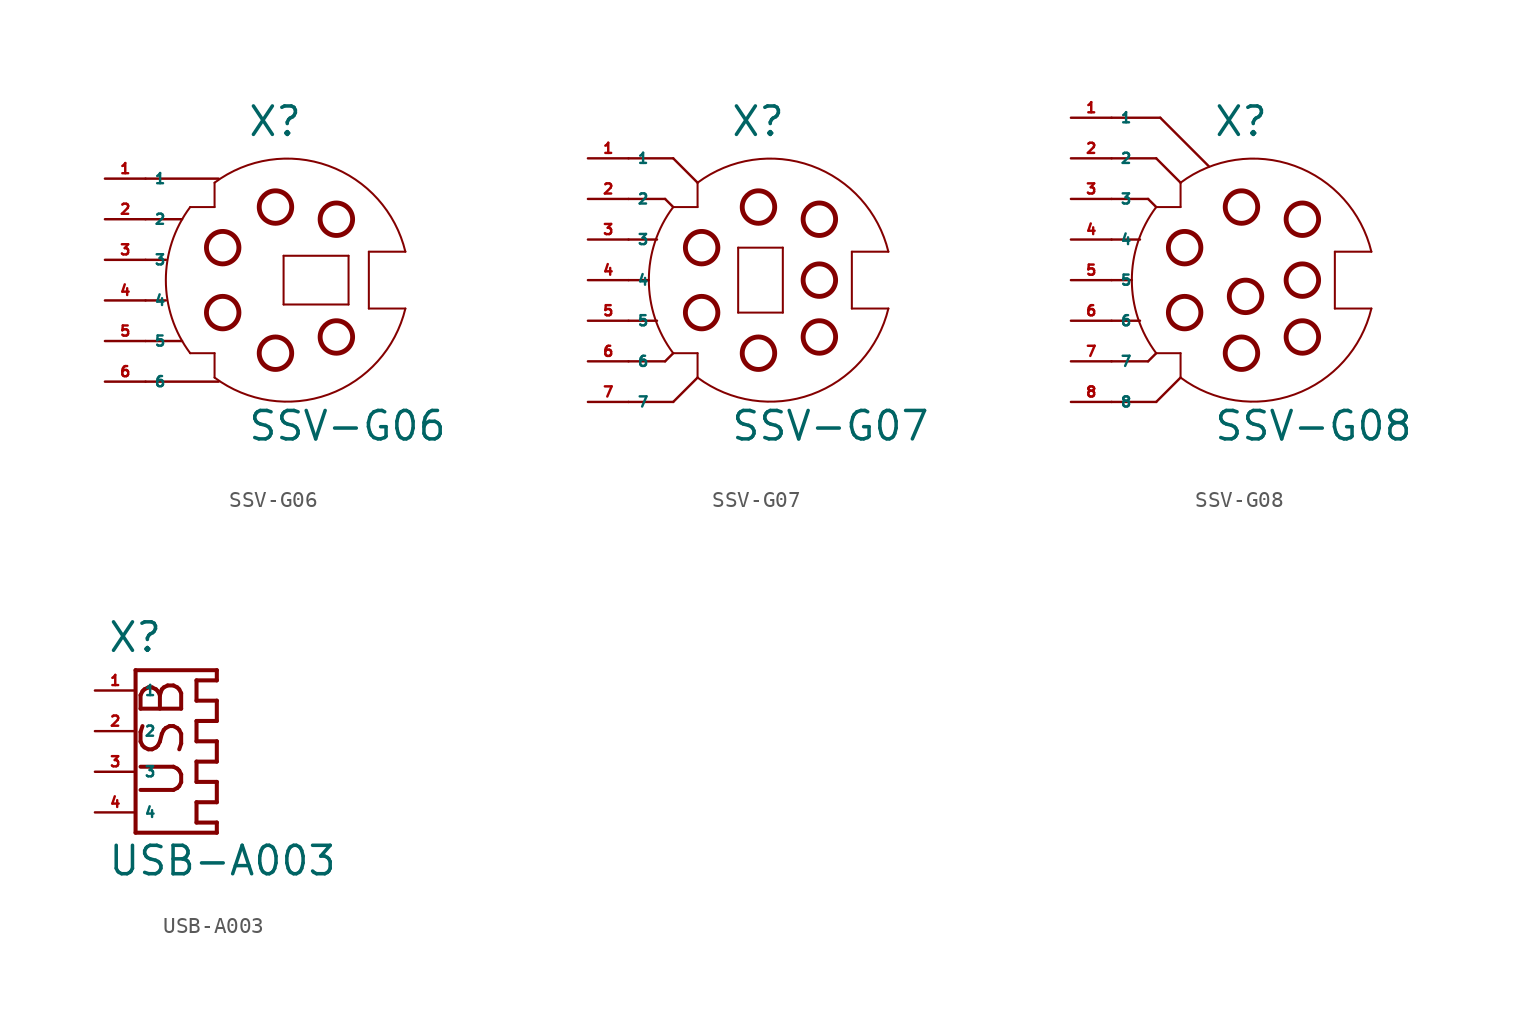
<source format=kicad_sym>
(kicad_symbol_lib
  (version 20220914)
  (generator Eagle2Kicad)
  (symbol "SSV-G06"
    (property "Reference" "X"
      (at -1.27 10.16 0)
      (effects (font (size 1.778 1.778) (thickness 0.22)) (justify left bottom)))
    (property "Value" "SSV-G06"
      (at -1.27 -8.89 0)
      (effects (font (size 1.778 1.778) (thickness 0.22)) (justify left bottom)))
    (polyline
      (pts (xy 6.35 -0.508) (xy 6.35 3.048))
      (stroke (width 0.127) (type default))
      (fill (type none)))
    (polyline
      (pts (xy 6.35 3.048) (xy 8.636 3.048))
      (stroke (width 0.127) (type default))
      (fill (type none)))
    (polyline
      (pts (xy -3.302 7.366) (xy -3.302 5.842))
      (stroke (width 0.127) (type default))
      (fill (type none)))
    (polyline
      (pts (xy -3.302 5.842) (xy -4.826 5.842))
      (stroke (width 0.127) (type default))
      (fill (type none)))
    (polyline
      (pts (xy -4.826 -3.302) (xy -3.302 -3.302))
      (stroke (width 0.127) (type default))
      (fill (type none)))
    (polyline
      (pts (xy -3.302 -3.302) (xy -3.302 -4.826))
      (stroke (width 0.127) (type default))
      (fill (type none)))
    (arc
      (start -4.826 5.842)
      (mid -6.350 1.270)
      (end -4.826 -3.302)
      (stroke (width 0.127) (type default))
      (fill (type none)))
    (arc
      (start 8.6357 3.048)
      (mid 3.829 8.420)
      (end -3.302 7.366)
      (stroke (width 0.127) (type default))
      (fill (type none)))
    (polyline
      (pts (xy 1.016 -0.254) (xy 1.016 2.794))
      (stroke (width 0.127) (type default))
      (fill (type none)))
    (polyline
      (pts (xy 1.016 2.794) (xy 5.08 2.794))
      (stroke (width 0.127) (type default))
      (fill (type none)))
    (polyline
      (pts (xy 5.08 2.794) (xy 5.08 -0.254))
      (stroke (width 0.127) (type default))
      (fill (type none)))
    (polyline
      (pts (xy 5.08 -0.254) (xy 1.016 -0.254))
      (stroke (width 0.127) (type default))
      (fill (type none)))
    (polyline
      (pts (xy -7.62 0) (xy -6.35 0))
      (stroke (width 0.152) (type default))
      (fill (type none)))
    (polyline
      (pts (xy -7.62 2.54) (xy -6.35 2.54))
      (stroke (width 0.152) (type default))
      (fill (type none)))
    (polyline
      (pts (xy -7.62 -2.54) (xy -5.334 -2.54))
      (stroke (width 0.152) (type default))
      (fill (type none)))
    (polyline
      (pts (xy -7.62 5.08) (xy -5.334 5.08))
      (stroke (width 0.152) (type default))
      (fill (type none)))
    (polyline
      (pts (xy -7.62 -5.08) (xy -3.048 -5.08))
      (stroke (width 0.152) (type default))
      (fill (type none)))
    (polyline
      (pts (xy -7.62 7.62) (xy -3.048 7.62))
      (stroke (width 0.152) (type default))
      (fill (type none)))
    (polyline
      (pts (xy 6.35 -0.508) (xy 8.636 -0.508))
      (stroke (width 0.127) (type default))
      (fill (type none)))
    (arc
      (start -3.302 -4.826)
      (mid 3.829 -5.880)
      (end 8.6357 -0.508)
      (stroke (width 0.127) (type default))
      (fill (type none)))
    (circle
      (center 0.508 5.842)
      (radius 1.016)
      (stroke (width 0.305) (type default))
      (fill (type none)))
    (circle
      (center 4.318 5.08)
      (radius 1.016)
      (stroke (width 0.305) (type default))
      (fill (type none)))
    (circle
      (center 0.508 -3.302)
      (radius 1.016)
      (stroke (width 0.305) (type default))
      (fill (type none)))
    (circle
      (center 4.318 -2.286)
      (radius 1.016)
      (stroke (width 0.305) (type default))
      (fill (type none)))
    (circle
      (center -2.794 3.302)
      (radius 1.016)
      (stroke (width 0.305) (type default))
      (fill (type none)))
    (circle
      (center -2.794 -0.762)
      (radius 1.016)
      (stroke (width 0.305) (type default))
      (fill (type none)))
    (pin passive line
      (at -10.16 7.62 0)
      (length 2.54)
      (name "1" (effects (font (size 0.635 0.635) (thickness 0.08)) (justify left bottom)))
      (number "1" (effects (font (size 0.635 0.635) (thickness 0.08)) (justify left bottom))))
    (pin passive line
      (at -10.16 5.08 0)
      (length 2.54)
      (name "2" (effects (font (size 0.635 0.635) (thickness 0.08)) (justify left bottom)))
      (number "2" (effects (font (size 0.635 0.635) (thickness 0.08)) (justify left bottom))))
    (pin passive line
      (at -10.16 2.54 0)
      (length 2.54)
      (name "3" (effects (font (size 0.635 0.635) (thickness 0.08)) (justify left bottom)))
      (number "3" (effects (font (size 0.635 0.635) (thickness 0.08)) (justify left bottom))))
    (pin passive line
      (at -10.16 0 0)
      (length 2.54)
      (name "4" (effects (font (size 0.635 0.635) (thickness 0.08)) (justify left bottom)))
      (number "4" (effects (font (size 0.635 0.635) (thickness 0.08)) (justify left bottom))))
    (pin passive line
      (at -10.16 -2.54 0)
      (length 2.54)
      (name "5" (effects (font (size 0.635 0.635) (thickness 0.08)) (justify left bottom)))
      (number "5" (effects (font (size 0.635 0.635) (thickness 0.08)) (justify left bottom))))
    (pin passive line
      (at -10.16 -5.08 0)
      (length 2.54)
      (name "6" (effects (font (size 0.635 0.635) (thickness 0.08)) (justify left bottom)))
      (number "6" (effects (font (size 0.635 0.635) (thickness 0.08)) (justify left bottom)))))
  (symbol "SSV-G07"
    (property "Reference" "X"
      (at -1.27 8.89 0)
      (effects (font (size 1.778 1.778) (thickness 0.22)) (justify left bottom)))
    (property "Value" "SSV-G07"
      (at -1.27 -10.16 0)
      (effects (font (size 1.778 1.778) (thickness 0.22)) (justify left bottom)))
    (polyline
      (pts (xy 6.35 -1.778) (xy 6.35 1.778))
      (stroke (width 0.127) (type default))
      (fill (type none)))
    (polyline
      (pts (xy 6.35 1.778) (xy 8.636 1.778))
      (stroke (width 0.127) (type default))
      (fill (type none)))
    (polyline
      (pts (xy -3.302 6.096) (xy -3.302 4.572))
      (stroke (width 0.127) (type default))
      (fill (type none)))
    (polyline
      (pts (xy -3.302 4.572) (xy -4.826 4.572))
      (stroke (width 0.127) (type default))
      (fill (type none)))
    (polyline
      (pts (xy -4.826 -4.572) (xy -3.302 -4.572))
      (stroke (width 0.127) (type default))
      (fill (type none)))
    (polyline
      (pts (xy -3.302 -4.572) (xy -3.302 -6.096))
      (stroke (width 0.127) (type default))
      (fill (type none)))
    (arc
      (start -4.826 4.572)
      (mid -6.350 0.000)
      (end -4.826 -4.572)
      (stroke (width 0.127) (type default))
      (fill (type none)))
    (arc
      (start 8.6357 1.778)
      (mid 3.829 7.150)
      (end -3.302 6.096)
      (stroke (width 0.127) (type default))
      (fill (type none)))
    (polyline
      (pts (xy 2.032 -2.032) (xy -0.762 -2.032))
      (stroke (width 0.127) (type default))
      (fill (type none)))
    (polyline
      (pts (xy -0.762 -2.032) (xy -0.762 2.032))
      (stroke (width 0.127) (type default))
      (fill (type none)))
    (polyline
      (pts (xy -0.762 2.032) (xy 2.032 2.032))
      (stroke (width 0.127) (type default))
      (fill (type none)))
    (polyline
      (pts (xy 2.032 2.032) (xy 2.032 -2.032))
      (stroke (width 0.127) (type default))
      (fill (type none)))
    (polyline
      (pts (xy -7.62 0) (xy -6.35 0))
      (stroke (width 0.152) (type default))
      (fill (type none)))
    (polyline
      (pts (xy -7.62 2.54) (xy -5.842 2.54))
      (stroke (width 0.152) (type default))
      (fill (type none)))
    (polyline
      (pts (xy -7.62 -2.54) (xy -5.842 -2.54))
      (stroke (width 0.152) (type default))
      (fill (type none)))
    (polyline
      (pts (xy -7.62 5.08) (xy -5.334 5.08))
      (stroke (width 0.152) (type default))
      (fill (type none)))
    (polyline
      (pts (xy -5.334 5.08) (xy -4.826 4.572))
      (stroke (width 0.152) (type default))
      (fill (type none)))
    (polyline
      (pts (xy -7.62 -5.08) (xy -5.334 -5.08))
      (stroke (width 0.152) (type default))
      (fill (type none)))
    (polyline
      (pts (xy -5.334 -5.08) (xy -4.826 -4.572))
      (stroke (width 0.152) (type default))
      (fill (type none)))
    (polyline
      (pts (xy -7.62 -7.62) (xy -4.826 -7.62))
      (stroke (width 0.152) (type default))
      (fill (type none)))
    (polyline
      (pts (xy -4.826 -7.62) (xy -3.302 -6.096))
      (stroke (width 0.152) (type default))
      (fill (type none)))
    (polyline
      (pts (xy -7.62 7.62) (xy -4.826 7.62))
      (stroke (width 0.152) (type default))
      (fill (type none)))
    (polyline
      (pts (xy -4.826 7.62) (xy -3.302 6.096))
      (stroke (width 0.152) (type default))
      (fill (type none)))
    (polyline
      (pts (xy 6.35 -1.778) (xy 8.636 -1.778))
      (stroke (width 0.127) (type default))
      (fill (type none)))
    (arc
      (start -3.302 -6.096)
      (mid 3.829 -7.150)
      (end 8.6357 -1.778)
      (stroke (width 0.127) (type default))
      (fill (type none)))
    (circle
      (center 0.508 4.572)
      (radius 1.016)
      (stroke (width 0.305) (type default))
      (fill (type none)))
    (circle
      (center 4.318 3.81)
      (radius 1.016)
      (stroke (width 0.305) (type default))
      (fill (type none)))
    (circle
      (center 0.508 -4.572)
      (radius 1.016)
      (stroke (width 0.305) (type default))
      (fill (type none)))
    (circle
      (center 4.318 -3.556)
      (radius 1.016)
      (stroke (width 0.305) (type default))
      (fill (type none)))
    (circle
      (center -3.048 2.032)
      (radius 1.016)
      (stroke (width 0.305) (type default))
      (fill (type none)))
    (circle
      (center -3.048 -2.032)
      (radius 1.016)
      (stroke (width 0.305) (type default))
      (fill (type none)))
    (circle
      (center 4.318 0)
      (radius 1.016)
      (stroke (width 0.305) (type default))
      (fill (type none)))
    (pin passive line
      (at -10.16 7.62 0)
      (length 2.54)
      (name "1" (effects (font (size 0.635 0.635) (thickness 0.08)) (justify left bottom)))
      (number "1" (effects (font (size 0.635 0.635) (thickness 0.08)) (justify left bottom))))
    (pin passive line
      (at -10.16 5.08 0)
      (length 2.54)
      (name "2" (effects (font (size 0.635 0.635) (thickness 0.08)) (justify left bottom)))
      (number "2" (effects (font (size 0.635 0.635) (thickness 0.08)) (justify left bottom))))
    (pin passive line
      (at -10.16 2.54 0)
      (length 2.54)
      (name "3" (effects (font (size 0.635 0.635) (thickness 0.08)) (justify left bottom)))
      (number "3" (effects (font (size 0.635 0.635) (thickness 0.08)) (justify left bottom))))
    (pin passive line
      (at -10.16 0 0)
      (length 2.54)
      (name "4" (effects (font (size 0.635 0.635) (thickness 0.08)) (justify left bottom)))
      (number "4" (effects (font (size 0.635 0.635) (thickness 0.08)) (justify left bottom))))
    (pin passive line
      (at -10.16 -2.54 0)
      (length 2.54)
      (name "5" (effects (font (size 0.635 0.635) (thickness 0.08)) (justify left bottom)))
      (number "5" (effects (font (size 0.635 0.635) (thickness 0.08)) (justify left bottom))))
    (pin passive line
      (at -10.16 -5.08 0)
      (length 2.54)
      (name "6" (effects (font (size 0.635 0.635) (thickness 0.08)) (justify left bottom)))
      (number "6" (effects (font (size 0.635 0.635) (thickness 0.08)) (justify left bottom))))
    (pin passive line
      (at -10.16 -7.62 0)
      (length 2.54)
      (name "7" (effects (font (size 0.635 0.635) (thickness 0.08)) (justify left bottom)))
      (number "7" (effects (font (size 0.635 0.635) (thickness 0.08)) (justify left bottom)))))
  (symbol "SSV-G08"
    (property "Reference" "X"
      (at -1.27 8.89 0)
      (effects (font (size 1.778 1.778) (thickness 0.22)) (justify left bottom)))
    (property "Value" "SSV-G08"
      (at -1.27 -10.16 0)
      (effects (font (size 1.778 1.778) (thickness 0.22)) (justify left bottom)))
    (polyline
      (pts (xy 6.35 -1.778) (xy 6.35 1.778))
      (stroke (width 0.127) (type default))
      (fill (type none)))
    (polyline
      (pts (xy 6.35 1.778) (xy 8.636 1.778))
      (stroke (width 0.127) (type default))
      (fill (type none)))
    (polyline
      (pts (xy -3.302 6.096) (xy -3.302 4.572))
      (stroke (width 0.127) (type default))
      (fill (type none)))
    (polyline
      (pts (xy -3.302 4.572) (xy -4.826 4.572))
      (stroke (width 0.127) (type default))
      (fill (type none)))
    (polyline
      (pts (xy -4.826 -4.572) (xy -3.302 -4.572))
      (stroke (width 0.127) (type default))
      (fill (type none)))
    (polyline
      (pts (xy -3.302 -4.572) (xy -3.302 -6.096))
      (stroke (width 0.127) (type default))
      (fill (type none)))
    (arc
      (start -4.826 4.572)
      (mid -6.350 0.000)
      (end -4.826 -4.572)
      (stroke (width 0.127) (type default))
      (fill (type none)))
    (arc
      (start 8.6357 1.778)
      (mid 3.829 7.150)
      (end -3.302 6.096)
      (stroke (width 0.127) (type default))
      (fill (type none)))
    (polyline
      (pts (xy -7.62 0) (xy -6.35 0))
      (stroke (width 0.152) (type default))
      (fill (type none)))
    (polyline
      (pts (xy -7.62 2.54) (xy -5.842 2.54))
      (stroke (width 0.152) (type default))
      (fill (type none)))
    (polyline
      (pts (xy -7.62 -2.54) (xy -5.842 -2.54))
      (stroke (width 0.152) (type default))
      (fill (type none)))
    (polyline
      (pts (xy -7.62 5.08) (xy -5.334 5.08))
      (stroke (width 0.152) (type default))
      (fill (type none)))
    (polyline
      (pts (xy -5.334 5.08) (xy -4.826 4.572))
      (stroke (width 0.152) (type default))
      (fill (type none)))
    (polyline
      (pts (xy -7.62 -5.08) (xy -5.334 -5.08))
      (stroke (width 0.152) (type default))
      (fill (type none)))
    (polyline
      (pts (xy -5.334 -5.08) (xy -4.826 -4.572))
      (stroke (width 0.152) (type default))
      (fill (type none)))
    (polyline
      (pts (xy -7.62 -7.62) (xy -4.826 -7.62))
      (stroke (width 0.152) (type default))
      (fill (type none)))
    (polyline
      (pts (xy -4.826 -7.62) (xy -3.302 -6.096))
      (stroke (width 0.152) (type default))
      (fill (type none)))
    (polyline
      (pts (xy -7.62 7.62) (xy -4.826 7.62))
      (stroke (width 0.152) (type default))
      (fill (type none)))
    (polyline
      (pts (xy -4.826 7.62) (xy -3.302 6.096))
      (stroke (width 0.152) (type default))
      (fill (type none)))
    (polyline
      (pts (xy -7.62 10.16) (xy -4.572 10.16))
      (stroke (width 0.152) (type default))
      (fill (type none)))
    (polyline
      (pts (xy -4.572 10.16) (xy -1.524 7.112))
      (stroke (width 0.152) (type default))
      (fill (type none)))
    (polyline
      (pts (xy 6.35 -1.778) (xy 8.636 -1.778))
      (stroke (width 0.127) (type default))
      (fill (type none)))
    (arc
      (start -3.302 -6.096)
      (mid 3.829 -7.150)
      (end 8.6357 -1.778)
      (stroke (width 0.127) (type default))
      (fill (type none)))
    (circle
      (center 0.508 4.572)
      (radius 1.016)
      (stroke (width 0.305) (type default))
      (fill (type none)))
    (circle
      (center 4.318 3.81)
      (radius 1.016)
      (stroke (width 0.305) (type default))
      (fill (type none)))
    (circle
      (center 0.508 -4.572)
      (radius 1.016)
      (stroke (width 0.305) (type default))
      (fill (type none)))
    (circle
      (center 4.318 -3.556)
      (radius 1.016)
      (stroke (width 0.305) (type default))
      (fill (type none)))
    (circle
      (center -3.048 2.032)
      (radius 1.016)
      (stroke (width 0.305) (type default))
      (fill (type none)))
    (circle
      (center -3.048 -2.032)
      (radius 1.016)
      (stroke (width 0.305) (type default))
      (fill (type none)))
    (circle
      (center 4.318 0)
      (radius 1.016)
      (stroke (width 0.305) (type default))
      (fill (type none)))
    (circle
      (center 0.762 -1.016)
      (radius 1.016)
      (stroke (width 0.305) (type default))
      (fill (type none)))
    (pin passive line
      (at -10.16 10.16 0)
      (length 2.54)
      (name "1" (effects (font (size 0.635 0.635) (thickness 0.08)) (justify left bottom)))
      (number "1" (effects (font (size 0.635 0.635) (thickness 0.08)) (justify left bottom))))
    (pin passive line
      (at -10.16 7.62 0)
      (length 2.54)
      (name "2" (effects (font (size 0.635 0.635) (thickness 0.08)) (justify left bottom)))
      (number "2" (effects (font (size 0.635 0.635) (thickness 0.08)) (justify left bottom))))
    (pin passive line
      (at -10.16 5.08 0)
      (length 2.54)
      (name "3" (effects (font (size 0.635 0.635) (thickness 0.08)) (justify left bottom)))
      (number "3" (effects (font (size 0.635 0.635) (thickness 0.08)) (justify left bottom))))
    (pin passive line
      (at -10.16 2.54 0)
      (length 2.54)
      (name "4" (effects (font (size 0.635 0.635) (thickness 0.08)) (justify left bottom)))
      (number "4" (effects (font (size 0.635 0.635) (thickness 0.08)) (justify left bottom))))
    (pin passive line
      (at -10.16 0 0)
      (length 2.54)
      (name "5" (effects (font (size 0.635 0.635) (thickness 0.08)) (justify left bottom)))
      (number "5" (effects (font (size 0.635 0.635) (thickness 0.08)) (justify left bottom))))
    (pin passive line
      (at -10.16 -2.54 0)
      (length 2.54)
      (name "6" (effects (font (size 0.635 0.635) (thickness 0.08)) (justify left bottom)))
      (number "6" (effects (font (size 0.635 0.635) (thickness 0.08)) (justify left bottom))))
    (pin passive line
      (at -10.16 -5.08 0)
      (length 2.54)
      (name "7" (effects (font (size 0.635 0.635) (thickness 0.08)) (justify left bottom)))
      (number "7" (effects (font (size 0.635 0.635) (thickness 0.08)) (justify left bottom))))
    (pin passive line
      (at -10.16 -7.62 0)
      (length 2.54)
      (name "8" (effects (font (size 0.635 0.635) (thickness 0.08)) (justify left bottom)))
      (number "8" (effects (font (size 0.635 0.635) (thickness 0.08)) (justify left bottom)))))
  (symbol "USB-A003"
    (property "Reference" "X"
      (at -4.318 7.366 0)
      (effects (font (size 1.778 1.778) (thickness 0.22)) (justify left bottom)))
    (property "Value" "USB-A003"
      (at -4.318 -6.604 0)
      (effects (font (size 1.778 1.778) (thickness 0.22)) (justify left bottom)))
    (polyline
      (pts (xy 2.54 6.35) (xy -2.54 6.35))
      (stroke (width 0.254) (type default))
      (fill (type none)))
    (polyline
      (pts (xy -2.54 6.35) (xy -2.54 -3.81))
      (stroke (width 0.254) (type default))
      (fill (type none)))
    (polyline
      (pts (xy -2.54 -3.81) (xy 2.54 -3.81))
      (stroke (width 0.254) (type default))
      (fill (type none)))
    (polyline
      (pts (xy 2.54 6.35) (xy 2.54 5.715))
      (stroke (width 0.254) (type default))
      (fill (type none)))
    (polyline
      (pts (xy 2.54 5.715) (xy 1.27 5.715))
      (stroke (width 0.254) (type default))
      (fill (type none)))
    (polyline
      (pts (xy 1.27 5.715) (xy 1.27 4.445))
      (stroke (width 0.254) (type default))
      (fill (type none)))
    (polyline
      (pts (xy 1.27 4.445) (xy 2.54 4.445))
      (stroke (width 0.254) (type default))
      (fill (type none)))
    (polyline
      (pts (xy 2.54 4.445) (xy 2.54 3.175))
      (stroke (width 0.254) (type default))
      (fill (type none)))
    (polyline
      (pts (xy 2.54 3.175) (xy 1.27 3.175))
      (stroke (width 0.254) (type default))
      (fill (type none)))
    (polyline
      (pts (xy 1.27 3.175) (xy 1.27 1.905))
      (stroke (width 0.254) (type default))
      (fill (type none)))
    (polyline
      (pts (xy 1.27 1.905) (xy 2.54 1.905))
      (stroke (width 0.254) (type default))
      (fill (type none)))
    (polyline
      (pts (xy 2.54 1.905) (xy 2.54 0.635))
      (stroke (width 0.254) (type default))
      (fill (type none)))
    (polyline
      (pts (xy 2.54 0.635) (xy 1.27 0.635))
      (stroke (width 0.254) (type default))
      (fill (type none)))
    (polyline
      (pts (xy 1.27 0.635) (xy 1.27 -0.635))
      (stroke (width 0.254) (type default))
      (fill (type none)))
    (polyline
      (pts (xy 1.27 -0.635) (xy 2.54 -0.635))
      (stroke (width 0.254) (type default))
      (fill (type none)))
    (polyline
      (pts (xy 2.54 -0.635) (xy 2.54 -1.905))
      (stroke (width 0.254) (type default))
      (fill (type none)))
    (polyline
      (pts (xy 2.54 -1.905) (xy 1.27 -1.905))
      (stroke (width 0.254) (type default))
      (fill (type none)))
    (polyline
      (pts (xy 1.27 -1.905) (xy 1.27 -3.175))
      (stroke (width 0.254) (type default))
      (fill (type none)))
    (polyline
      (pts (xy 1.27 -3.175) (xy 2.54 -3.175))
      (stroke (width 0.254) (type default))
      (fill (type none)))
    (polyline
      (pts (xy 2.54 -3.175) (xy 2.54 -3.81))
      (stroke (width 0.254) (type default))
      (fill (type none)))
    (text "USB"
      (at 0.635 -1.905 900)
      (effects (font (size 2.54 2.54) (thickness 0.25)) (justify left bottom)))
    (pin passive line
      (at -5.08 5.08 0)
      (length 2.54)
      (name "1" (effects (font (size 0.635 0.635) (thickness 0.08)) (justify left bottom)))
      (number "1" (effects (font (size 0.635 0.635) (thickness 0.08)) (justify left bottom))))
    (pin passive line
      (at -5.08 2.54 0)
      (length 2.54)
      (name "2" (effects (font (size 0.635 0.635) (thickness 0.08)) (justify left bottom)))
      (number "2" (effects (font (size 0.635 0.635) (thickness 0.08)) (justify left bottom))))
    (pin passive line
      (at -5.08 0 0)
      (length 2.54)
      (name "3" (effects (font (size 0.635 0.635) (thickness 0.08)) (justify left bottom)))
      (number "3" (effects (font (size 0.635 0.635) (thickness 0.08)) (justify left bottom))))
    (pin passive line
      (at -5.08 -2.54 0)
      (length 2.54)
      (name "4" (effects (font (size 0.635 0.635) (thickness 0.08)) (justify left bottom)))
      (number "4" (effects (font (size 0.635 0.635) (thickness 0.08)) (justify left bottom))))))
</source>
